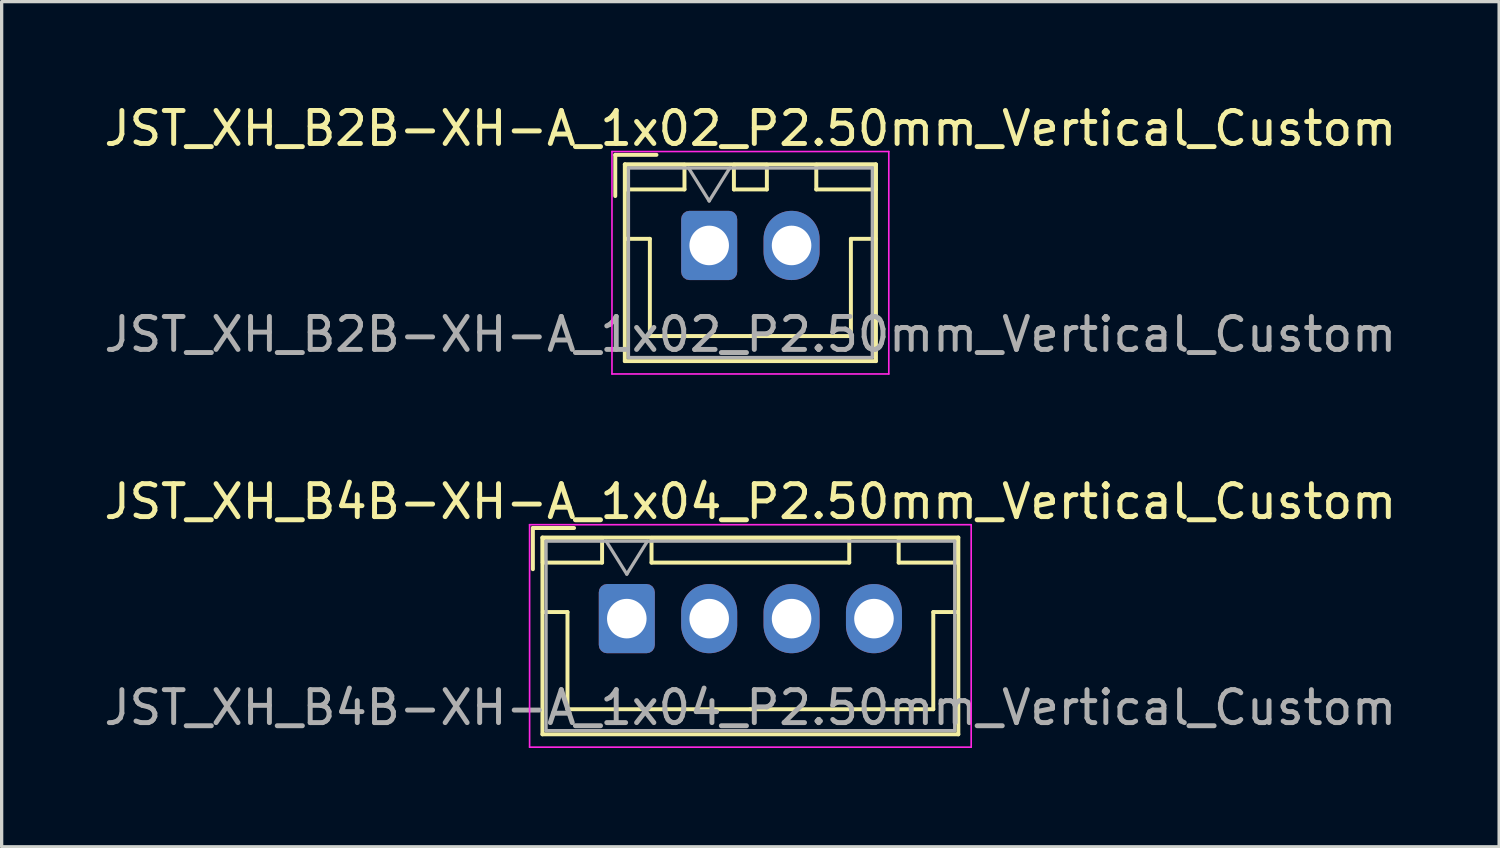
<source format=kicad_pcb>
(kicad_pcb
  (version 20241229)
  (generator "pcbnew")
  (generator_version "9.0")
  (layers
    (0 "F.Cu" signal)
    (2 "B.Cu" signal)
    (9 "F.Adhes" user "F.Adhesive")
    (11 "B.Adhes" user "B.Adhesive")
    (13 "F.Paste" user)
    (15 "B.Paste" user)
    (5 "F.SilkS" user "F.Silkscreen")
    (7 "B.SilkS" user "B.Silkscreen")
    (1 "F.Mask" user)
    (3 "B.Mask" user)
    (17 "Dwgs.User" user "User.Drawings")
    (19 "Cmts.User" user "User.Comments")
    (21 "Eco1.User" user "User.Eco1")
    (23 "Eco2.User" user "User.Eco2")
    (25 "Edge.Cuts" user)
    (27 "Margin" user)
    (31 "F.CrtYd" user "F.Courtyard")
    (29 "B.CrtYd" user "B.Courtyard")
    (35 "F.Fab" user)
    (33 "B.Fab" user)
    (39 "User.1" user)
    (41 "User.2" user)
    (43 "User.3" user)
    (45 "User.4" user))
  (footprint "JST_XH_B2B-XH-A_1x02_P2.50mm_Vertical_Custom"
    (layer "F.Cu")
    (at 18.47 4.398)
    (property "Reference" "JST_XH_B2B-XH-A_1x02_P2.50mm_Vertical_Custom" (at 1.25 -3.55 0) (layer "F.SilkS") (effects (font (size 1 1) (thickness 0.15))))
    (attr through_hole)
    (fp_line (start -2.85 -2.75) (end -2.85 -1.5) (stroke (width 0.12) (type solid)) (layer "F.SilkS"))
    (fp_line (start -2.56 -2.46) (end -2.56 3.51) (stroke (width 0.12) (type solid)) (layer "F.SilkS"))
    (fp_line (start -2.56 3.51) (end 5.06 3.51) (stroke (width 0.12) (type solid)) (layer "F.SilkS"))
    (fp_line (start -2.55 -2.45) (end -2.55 -1.7) (stroke (width 0.12) (type solid)) (layer "F.SilkS"))
    (fp_line (start -2.55 -1.7) (end -0.75 -1.7) (stroke (width 0.12) (type solid)) (layer "F.SilkS"))
    (fp_line (start -2.55 -0.2) (end -1.8 -0.2) (stroke (width 0.12) (type solid)) (layer "F.SilkS"))
    (fp_line (start -1.8 -0.2) (end -1.8 2.75) (stroke (width 0.12) (type solid)) (layer "F.SilkS"))
    (fp_line (start -1.8 2.75) (end 1.25 2.75) (stroke (width 0.12) (type solid)) (layer "F.SilkS"))
    (fp_line (start -1.6 -2.75) (end -2.85 -2.75) (stroke (width 0.12) (type solid)) (layer "F.SilkS"))
    (fp_line (start -0.75 -2.45) (end -2.55 -2.45) (stroke (width 0.12) (type solid)) (layer "F.SilkS"))
    (fp_line (start -0.75 -1.7) (end -0.75 -2.45) (stroke (width 0.12) (type solid)) (layer "F.SilkS"))
    (fp_line (start 0.75 -2.45) (end 0.75 -1.7) (stroke (width 0.12) (type solid)) (layer "F.SilkS"))
    (fp_line (start 0.75 -1.7) (end 1.75 -1.7) (stroke (width 0.12) (type solid)) (layer "F.SilkS"))
    (fp_line (start 1.75 -2.45) (end 0.75 -2.45) (stroke (width 0.12) (type solid)) (layer "F.SilkS"))
    (fp_line (start 1.75 -1.7) (end 1.75 -2.45) (stroke (width 0.12) (type solid)) (layer "F.SilkS"))
    (fp_line (start 3.25 -2.45) (end 3.25 -1.7) (stroke (width 0.12) (type solid)) (layer "F.SilkS"))
    (fp_line (start 3.25 -1.7) (end 5.05 -1.7) (stroke (width 0.12) (type solid)) (layer "F.SilkS"))
    (fp_line (start 4.3 -0.2) (end 4.3 2.75) (stroke (width 0.12) (type solid)) (layer "F.SilkS"))
    (fp_line (start 4.3 2.75) (end 1.25 2.75) (stroke (width 0.12) (type solid)) (layer "F.SilkS"))
    (fp_line (start 5.05 -2.45) (end 3.25 -2.45) (stroke (width 0.12) (type solid)) (layer "F.SilkS"))
    (fp_line (start 5.05 -1.7) (end 5.05 -2.45) (stroke (width 0.12) (type solid)) (layer "F.SilkS"))
    (fp_line (start 5.05 -0.2) (end 4.3 -0.2) (stroke (width 0.12) (type solid)) (layer "F.SilkS"))
    (fp_line (start 5.06 -2.46) (end -2.56 -2.46) (stroke (width 0.12) (type solid)) (layer "F.SilkS"))
    (fp_line (start 5.06 3.51) (end 5.06 -2.46) (stroke (width 0.12) (type solid)) (layer "F.SilkS"))
    (fp_line (start -2.95 -2.85) (end -2.95 3.9) (stroke (width 0.05) (type solid)) (layer "F.CrtYd"))
    (fp_line (start -2.95 3.9) (end 5.45 3.9) (stroke (width 0.05) (type solid)) (layer "F.CrtYd"))
    (fp_line (start 5.45 -2.85) (end -2.95 -2.85) (stroke (width 0.05) (type solid)) (layer "F.CrtYd"))
    (fp_line (start 5.45 3.9) (end 5.45 -2.85) (stroke (width 0.05) (type solid)) (layer "F.CrtYd"))
    (fp_line (start -2.45 -2.35) (end -2.45 3.4) (stroke (width 0.1) (type solid)) (layer "F.Fab"))
    (fp_line (start -2.45 3.4) (end 4.95 3.4) (stroke (width 0.1) (type solid)) (layer "F.Fab"))
    (fp_line (start -0.625 -2.35) (end 0 -1.35) (stroke (width 0.1) (type solid)) (layer "F.Fab"))
    (fp_line (start 0 -1.35) (end 0.625 -2.35) (stroke (width 0.1) (type solid)) (layer "F.Fab"))
    (fp_line (start 4.95 -2.35) (end -2.45 -2.35) (stroke (width 0.1) (type solid)) (layer "F.Fab"))
    (fp_line (start 4.95 3.4) (end 4.95 -2.35) (stroke (width 0.1) (type solid)) (layer "F.Fab"))
    (fp_text user "${REFERENCE}" (at 1.25 2.7 0) (layer "F.Fab") (effects (font (size 1 1) (thickness 0.15))))
    (pad "1" thru_hole roundrect (at 0 0) (size 1.7 2.1) (drill 1.2) (layers "*.Cu" "*.Mask") (roundrect_rratio 0.147))
    (pad "2" thru_hole oval (at 2.5 0) (size 1.7 2.1) (drill 1.2) (layers "*.Cu" "*.Mask")))
  (footprint "JST_XH_B4B-XH-A_1x04_P2.50mm_Vertical_Custom"
    (layer "F.Cu")
    (at 15.97 15.722)
    (property "Reference" "JST_XH_B4B-XH-A_1x04_P2.50mm_Vertical_Custom" (at 3.75 -3.55 0) (layer "F.SilkS") (effects (font (size 1 1) (thickness 0.15))))
    (attr through_hole)
    (fp_line (start -2.85 -2.75) (end -2.85 -1.5) (stroke (width 0.12) (type solid)) (layer "F.SilkS"))
    (fp_line (start -2.56 -2.46) (end -2.56 3.51) (stroke (width 0.12) (type solid)) (layer "F.SilkS"))
    (fp_line (start -2.56 3.51) (end 10.06 3.51) (stroke (width 0.12) (type solid)) (layer "F.SilkS"))
    (fp_line (start -2.55 -2.45) (end -2.55 -1.7) (stroke (width 0.12) (type solid)) (layer "F.SilkS"))
    (fp_line (start -2.55 -1.7) (end -0.75 -1.7) (stroke (width 0.12) (type solid)) (layer "F.SilkS"))
    (fp_line (start -2.55 -0.2) (end -1.8 -0.2) (stroke (width 0.12) (type solid)) (layer "F.SilkS"))
    (fp_line (start -1.8 -0.2) (end -1.8 2.75) (stroke (width 0.12) (type solid)) (layer "F.SilkS"))
    (fp_line (start -1.8 2.75) (end 3.75 2.75) (stroke (width 0.12) (type solid)) (layer "F.SilkS"))
    (fp_line (start -1.6 -2.75) (end -2.85 -2.75) (stroke (width 0.12) (type solid)) (layer "F.SilkS"))
    (fp_line (start -0.75 -2.45) (end -2.55 -2.45) (stroke (width 0.12) (type solid)) (layer "F.SilkS"))
    (fp_line (start -0.75 -1.7) (end -0.75 -2.45) (stroke (width 0.12) (type solid)) (layer "F.SilkS"))
    (fp_line (start 0.75 -2.45) (end 0.75 -1.7) (stroke (width 0.12) (type solid)) (layer "F.SilkS"))
    (fp_line (start 0.75 -1.7) (end 6.75 -1.7) (stroke (width 0.12) (type solid)) (layer "F.SilkS"))
    (fp_line (start 6.75 -2.45) (end 0.75 -2.45) (stroke (width 0.12) (type solid)) (layer "F.SilkS"))
    (fp_line (start 6.75 -1.7) (end 6.75 -2.45) (stroke (width 0.12) (type solid)) (layer "F.SilkS"))
    (fp_line (start 8.25 -2.45) (end 8.25 -1.7) (stroke (width 0.12) (type solid)) (layer "F.SilkS"))
    (fp_line (start 8.25 -1.7) (end 10.05 -1.7) (stroke (width 0.12) (type solid)) (layer "F.SilkS"))
    (fp_line (start 9.3 -0.2) (end 9.3 2.75) (stroke (width 0.12) (type solid)) (layer "F.SilkS"))
    (fp_line (start 9.3 2.75) (end 3.75 2.75) (stroke (width 0.12) (type solid)) (layer "F.SilkS"))
    (fp_line (start 10.05 -2.45) (end 8.25 -2.45) (stroke (width 0.12) (type solid)) (layer "F.SilkS"))
    (fp_line (start 10.05 -1.7) (end 10.05 -2.45) (stroke (width 0.12) (type solid)) (layer "F.SilkS"))
    (fp_line (start 10.05 -0.2) (end 9.3 -0.2) (stroke (width 0.12) (type solid)) (layer "F.SilkS"))
    (fp_line (start 10.06 -2.46) (end -2.56 -2.46) (stroke (width 0.12) (type solid)) (layer "F.SilkS"))
    (fp_line (start 10.06 3.51) (end 10.06 -2.46) (stroke (width 0.12) (type solid)) (layer "F.SilkS"))
    (fp_line (start -2.95 -2.85) (end -2.95 3.9) (stroke (width 0.05) (type solid)) (layer "F.CrtYd"))
    (fp_line (start -2.95 3.9) (end 10.45 3.9) (stroke (width 0.05) (type solid)) (layer "F.CrtYd"))
    (fp_line (start 10.45 -2.85) (end -2.95 -2.85) (stroke (width 0.05) (type solid)) (layer "F.CrtYd"))
    (fp_line (start 10.45 3.9) (end 10.45 -2.85) (stroke (width 0.05) (type solid)) (layer "F.CrtYd"))
    (fp_line (start -2.45 -2.35) (end -2.45 3.4) (stroke (width 0.1) (type solid)) (layer "F.Fab"))
    (fp_line (start -2.45 3.4) (end 9.95 3.4) (stroke (width 0.1) (type solid)) (layer "F.Fab"))
    (fp_line (start -0.625 -2.35) (end 0 -1.35) (stroke (width 0.1) (type solid)) (layer "F.Fab"))
    (fp_line (start 0 -1.35) (end 0.625 -2.35) (stroke (width 0.1) (type solid)) (layer "F.Fab"))
    (fp_line (start 9.95 -2.35) (end -2.45 -2.35) (stroke (width 0.1) (type solid)) (layer "F.Fab"))
    (fp_line (start 9.95 3.4) (end 9.95 -2.35) (stroke (width 0.1) (type solid)) (layer "F.Fab"))
    (fp_text user "${REFERENCE}" (at 3.75 2.7 0) (layer "F.Fab") (effects (font (size 1 1) (thickness 0.15))))
    (pad "1" thru_hole roundrect (at 0 0) (size 1.7 2.1) (drill 1.2) (layers "*.Cu" "*.Mask") (roundrect_rratio 0.147))
    (pad "2" thru_hole oval (at 2.5 0) (size 1.7 2.1) (drill 1.2) (layers "*.Cu" "*.Mask"))
    (pad "3" thru_hole oval (at 5 0) (size 1.7 2.1) (drill 1.2) (layers "*.Cu" "*.Mask"))
    (pad "4" thru_hole oval (at 7.5 0) (size 1.7 2.1) (drill 1.2) (layers "*.Cu" "*.Mask")))
  (gr_rect
    (start -3 -3)
    (end 42.44 22.646)
    (stroke (width 0.1) (type default))
    (fill no)
    (layer "Edge.Cuts")))
</source>
